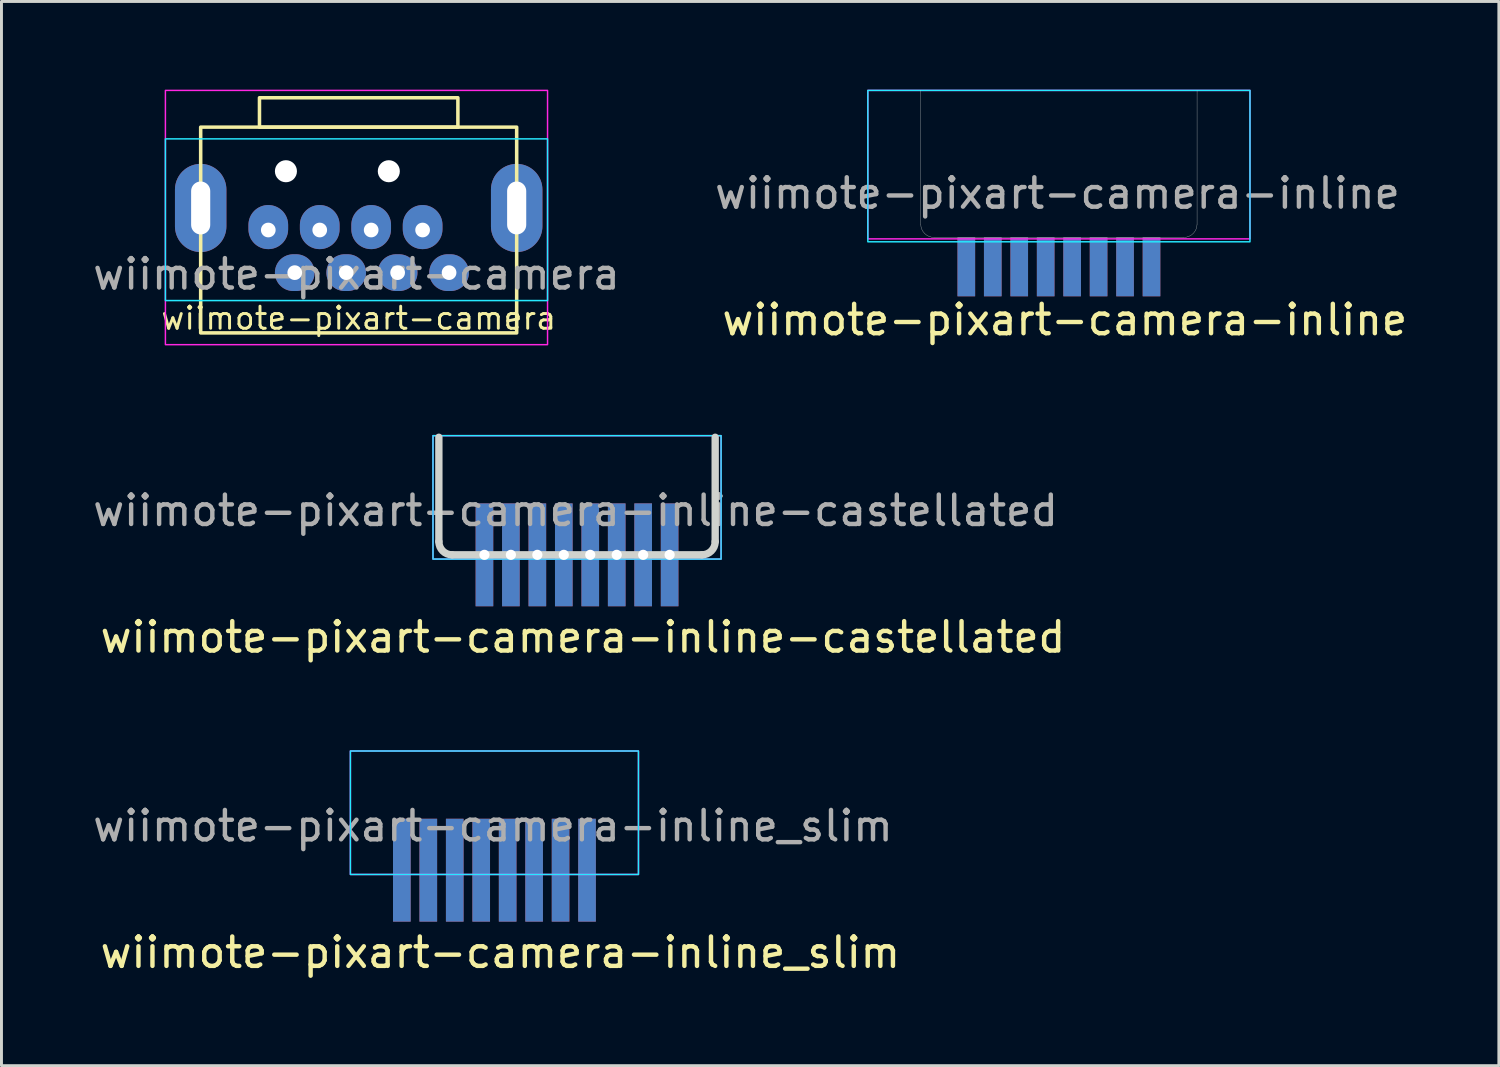
<source format=kicad_pcb>
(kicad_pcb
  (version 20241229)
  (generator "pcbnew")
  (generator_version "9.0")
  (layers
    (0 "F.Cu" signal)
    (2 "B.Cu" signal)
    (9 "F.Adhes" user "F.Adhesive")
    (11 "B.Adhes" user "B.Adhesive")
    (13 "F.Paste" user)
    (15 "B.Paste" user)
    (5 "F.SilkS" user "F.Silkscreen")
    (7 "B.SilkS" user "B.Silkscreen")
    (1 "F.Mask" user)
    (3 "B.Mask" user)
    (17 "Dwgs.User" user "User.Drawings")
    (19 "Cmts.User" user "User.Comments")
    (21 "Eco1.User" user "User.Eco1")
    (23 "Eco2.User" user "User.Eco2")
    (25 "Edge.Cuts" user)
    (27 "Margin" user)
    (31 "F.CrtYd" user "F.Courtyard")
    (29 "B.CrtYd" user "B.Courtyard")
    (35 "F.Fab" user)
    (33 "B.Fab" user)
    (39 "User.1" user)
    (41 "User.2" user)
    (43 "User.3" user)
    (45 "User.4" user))
  (footprint "wiimote-pixart-camera-inline_slim"
    (layer "F.Cu")
    (at 13.77 24.053)
    (property "Reference" "wiimote-pixart-camera-inline_slim" (at 0.2 5.3 0) (unlocked yes) (layer "F.SilkS") (effects (font (size 1 1) (thickness 0.15))))
    (attr through_hole)
    (fp_rect (start -4.9 -1.555) (end 4.9 2.645) (stroke (width 0.05) (type default)) (fill no) (layer "B.CrtYd"))
    (fp_rect (start -4.9 -1.555) (end 4.9 2.645) (stroke (width 0.05) (type default)) (fill no) (layer "F.CrtYd"))
    (fp_text user "${REFERENCE}" (at -0.05 0.995 0) (unlocked yes) (layer "F.Fab") (effects (font (size 1 1) (thickness 0.15))))
    (pad "1" connect rect (at -3.15 2.5) (size 0.6 3.5) (layers "F.Cu" "F.Mask"))
    (pad "1" connect rect (at -3.15 2.5) (size 0.6 3.5) (layers "B.Cu" "B.Mask"))
    (pad "2" connect rect (at -2.25 2.5) (size 0.6 3.5) (layers "F.Cu" "F.Mask"))
    (pad "2" connect rect (at -2.25 2.5) (size 0.6 3.5) (layers "B.Cu" "B.Mask"))
    (pad "3" connect rect (at -1.35 2.5) (size 0.6 3.5) (layers "F.Cu" "F.Mask"))
    (pad "3" connect rect (at -1.35 2.5) (size 0.6 3.5) (layers "B.Cu" "B.Mask"))
    (pad "4" connect rect (at -0.45 2.5) (size 0.6 3.5) (layers "F.Cu" "F.Mask"))
    (pad "4" connect rect (at -0.45 2.5) (size 0.6 3.5) (layers "B.Cu" "B.Mask"))
    (pad "5" connect rect (at 0.45 2.5) (size 0.6 3.5) (layers "F.Cu" "F.Mask"))
    (pad "5" connect rect (at 0.45 2.5) (size 0.6 3.5) (layers "B.Cu" "B.Mask"))
    (pad "6" connect rect (at 1.35 2.5) (size 0.6 3.5) (layers "F.Cu" "F.Mask"))
    (pad "6" connect rect (at 1.35 2.5) (size 0.6 3.5) (layers "B.Cu" "B.Mask"))
    (pad "7" connect rect (at 2.25 2.5) (size 0.6 3.5) (layers "F.Cu" "F.Mask"))
    (pad "7" connect rect (at 2.25 2.5) (size 0.6 3.5) (layers "B.Cu" "B.Mask"))
    (pad "8" connect rect (at 3.15 2.5) (size 0.6 3.5) (layers "F.Cu" "F.Mask"))
    (pad "8" connect rect (at 3.15 2.5) (size 0.6 3.5) (layers "B.Cu" "B.Mask")))
  (footprint "wiimote-pixart-camera-inline"
    (layer "F.Cu")
    (at 32.973 2.53)
    (property "Reference" "wiimote-pixart-camera-inline" (at 0.2 5.3 0) (unlocked yes) (layer "F.SilkS") (effects (font (size 1 1) (thickness 0.15))))
    (attr through_hole)
    (fp_line (start -4.7 -2.505) (end -4.7 2.045) (stroke (width 0.01) (type default)) (layer "Edge.Cuts"))
    (fp_line (start 4.25 2.495) (end -4.25 2.495) (stroke (width 0.01) (type default)) (layer "Edge.Cuts"))
    (fp_line (start 4.7 -2.505) (end 4.7 2.045) (stroke (width 0.01) (type default)) (layer "Edge.Cuts"))
    (fp_arc (start -4.25 2.495) (mid -4.568198 2.363198) (end -4.7 2.045) (stroke (width 0.01) (type default)) (layer "Edge.Cuts"))
    (fp_arc (start 4.7 2.045) (mid 4.568198 2.363198) (end 4.25 2.495) (stroke (width 0.01) (type default)) (layer "Edge.Cuts"))
    (fp_rect (start -6.5 -2.505) (end 6.5 2.645) (stroke (width 0.05) (type default)) (fill no) (layer "B.CrtYd"))
    (fp_rect (start -6.5 -2.505) (end 6.5 2.545) (stroke (width 0.05) (type default)) (fill no) (layer "F.CrtYd"))
    (fp_text user "${REFERENCE}" (at -0.05 0.995 0) (unlocked yes) (layer "F.Fab") (effects (font (size 1 1) (thickness 0.15))))
    (pad "1" smd rect (at -3.15 3.5) (size 0.6 2) (layers "F.Cu" "F.Mask" "F.Paste"))
    (pad "1" smd rect (at -3.15 3.5) (size 0.6 2) (layers "B.Cu" "B.Mask" "B.Paste"))
    (pad "2" smd rect (at -2.25 3.5) (size 0.6 2) (layers "F.Cu" "F.Mask" "F.Paste"))
    (pad "2" smd rect (at -2.25 3.5) (size 0.6 2) (layers "B.Cu" "B.Mask" "B.Paste"))
    (pad "3" smd rect (at -1.35 3.5) (size 0.6 2) (layers "F.Cu" "F.Mask" "F.Paste"))
    (pad "3" smd rect (at -1.35 3.5) (size 0.6 2) (layers "B.Cu" "B.Mask" "B.Paste"))
    (pad "4" smd rect (at -0.45 3.5) (size 0.6 2) (layers "F.Cu" "F.Mask" "F.Paste"))
    (pad "4" smd rect (at -0.45 3.5) (size 0.6 2) (layers "B.Cu" "B.Mask" "B.Paste"))
    (pad "5" smd rect (at 0.45 3.5) (size 0.6 2) (layers "F.Cu" "F.Mask" "F.Paste"))
    (pad "5" smd rect (at 0.45 3.5) (size 0.6 2) (layers "B.Cu" "B.Mask" "B.Paste"))
    (pad "6" smd rect (at 1.35 3.5) (size 0.6 2) (layers "F.Cu" "F.Mask" "F.Paste"))
    (pad "6" smd rect (at 1.35 3.5) (size 0.6 2) (layers "B.Cu" "B.Mask" "B.Paste"))
    (pad "7" smd rect (at 2.25 3.5) (size 0.6 2) (layers "F.Cu" "F.Mask" "F.Paste"))
    (pad "7" smd rect (at 2.25 3.5) (size 0.6 2) (layers "B.Cu" "B.Mask" "B.Paste"))
    (pad "8" smd rect (at 3.15 3.5) (size 0.6 2) (layers "F.Cu" "F.Mask" "F.Paste"))
    (pad "8" smd rect (at 3.15 3.5) (size 0.6 2) (layers "B.Cu" "B.Mask" "B.Paste")))
  (footprint "wiimote-pixart-camera"
    (layer "F.Cu")
    (at 9.152 3.775)
    (property "Reference" "wiimote-pixart-camera" (at 0 4 0) (unlocked yes) (layer "F.SilkS") (effects (font (size 0.75 0.75) (thickness 0.1))))
    (attr through_hole)
    (fp_circle (center -3.075 1) (end -2.825 1) (stroke (width 0) (type solid)) (fill yes) (layer "F.Mask"))
    (fp_circle (center -2.175 2.45) (end -1.925 2.45) (stroke (width 0) (type solid)) (fill yes) (layer "F.Mask"))
    (fp_circle (center -1.325 1) (end -1.075 1) (stroke (width 0) (type solid)) (fill yes) (layer "F.Mask"))
    (fp_circle (center -0.425 2.45) (end -0.175 2.45) (stroke (width 0) (type solid)) (fill yes) (layer "F.Mask"))
    (fp_circle (center 0.425 1) (end 0.675 1) (stroke (width 0) (type solid)) (fill yes) (layer "F.Mask"))
    (fp_circle (center 1.325 2.45) (end 1.575 2.45) (stroke (width 0) (type solid)) (fill yes) (layer "F.Mask"))
    (fp_circle (center 2.175 1) (end 2.425 1) (stroke (width 0) (type solid)) (fill yes) (layer "F.Mask"))
    (fp_circle (center 3.075 2.45) (end 3.325 2.45) (stroke (width 0) (type solid)) (fill yes) (layer "F.Mask"))
    (fp_rect (start -5.375 -2.5) (end 5.375 4.5) (stroke (width 0.12) (type default)) (fill no) (layer "F.SilkS"))
    (fp_rect (start -3.375 -2.5) (end 3.375 -3.5) (stroke (width 0.12) (type default)) (fill no) (layer "F.SilkS"))
    (fp_rect (start -6.575 -2.1) (end 6.425 3.4) (stroke (width 0.05) (type default)) (fill no) (layer "B.CrtYd"))
    (fp_rect (start -6.575 -3.75) (end 6.425 4.9) (stroke (width 0.05) (type default)) (fill no) (layer "F.CrtYd"))
    (fp_text user "${REFERENCE}" (at -0.075 2.5 0) (unlocked yes) (layer "F.Fab") (effects (font (size 1 1) (thickness 0.15))))
    (pad "" np_thru_hole circle (at -2.475 -1) (size 0.75 0.75) (drill 1.5) (layers "*.Cu" "*.Mask"))
    (pad "" np_thru_hole circle (at 1.025 -1) (size 0.75 0.75) (drill 1.5) (layers "*.Cu" "*.Mask"))
    (pad "1" thru_hole oval (at -3.075 1) (size 1.35 1.5) (drill 0.5 (offset 0 -0.1)) (layers "*.Cu" "B.Mask"))
    (pad "2" thru_hole oval (at -2.175 2.45) (size 1.35 1.25) (drill 0.5) (layers "*.Cu" "B.Mask"))
    (pad "3" thru_hole oval (at -1.325 1) (size 1.35 1.5) (drill 0.5 (offset 0 -0.1)) (layers "*.Cu" "B.Mask"))
    (pad "4" thru_hole oval (at -0.425 2.45) (size 1.35 1.25) (drill 0.5) (layers "*.Cu" "B.Mask"))
    (pad "5" thru_hole oval (at 0.425 1) (size 1.35 1.5) (drill 0.5 (offset 0 -0.1)) (layers "*.Cu" "B.Mask"))
    (pad "6" thru_hole oval (at 1.325 2.45) (size 1.35 1.25) (drill 0.5) (layers "*.Cu" "B.Mask"))
    (pad "7" thru_hole oval (at 2.175 1) (size 1.35 1.5) (drill 0.5 (offset 0 -0.1)) (layers "*.Cu" "B.Mask"))
    (pad "8" thru_hole oval (at 3.075 2.45) (size 1.35 1.25) (drill 0.5) (layers "*.Cu" "B.Mask"))
    (pad "MP" thru_hole oval (at -5.375 0.25) (size 1.75 3) (drill oval 0.65 1.8) (layers "*.Cu" "B.Mask"))
    (pad "MP" thru_hole oval (at 5.375 0.25) (size 1.75 3) (drill oval 0.65 1.8) (layers "*.Cu" "B.Mask")))
  (footprint "wiimote-pixart-camera-inline-castellated"
    (layer "F.Cu")
    (at 16.58 13.325)
    (property "Reference" "wiimote-pixart-camera-inline-castellated" (at 0.2 5.3 0) (unlocked yes) (layer "F.SilkS") (effects (font (size 1 1) (thickness 0.15))))
    (attr through_hole)
    (fp_line (start -4.7 -1.5) (end -4.7 2.05) (stroke (width 0.25) (type default)) (layer "Edge.Cuts"))
    (fp_line (start 4.25 2.5) (end -4.25 2.5) (stroke (width 0.25) (type default)) (layer "Edge.Cuts"))
    (fp_line (start 4.7 -1.5) (end 4.7 2.05) (stroke (width 0.25) (type default)) (layer "Edge.Cuts"))
    (fp_arc (start -4.25 2.5) (mid -4.568198 2.368198) (end -4.7 2.05) (stroke (width 0.25) (type default)) (layer "Edge.Cuts"))
    (fp_arc (start 4.7 2.05) (mid 4.568198 2.368198) (end 4.25 2.5) (stroke (width 0.25) (type default)) (layer "Edge.Cuts"))
    (fp_rect (start -4.9 -1.555) (end 4.9 2.645) (stroke (width 0.05) (type default)) (fill no) (layer "B.CrtYd"))
    (fp_rect (start -4.9 -1.555) (end 4.9 2.645) (stroke (width 0.05) (type default)) (fill no) (layer "F.CrtYd"))
    (fp_text user "${REFERENCE}" (at -0.05 0.995 0) (unlocked yes) (layer "F.Fab") (effects (font (size 1 1) (thickness 0.15))))
    (pad "1" thru_hole circle (at -3.15 2.5) (size 0.6 0.6) (drill 0.346) (layers "*.Cu" "*.Mask"))
    (pad "1" connect rect (at -3.15 2.5) (size 0.6 3.5) (layers "F.Cu" "F.Mask"))
    (pad "1" connect rect (at -3.15 2.5) (size 0.6 3.5) (layers "B.Cu" "B.Mask"))
    (pad "2" thru_hole circle (at -2.25 2.5) (size 0.6 0.6) (drill 0.346) (layers "*.Cu" "*.Mask"))
    (pad "2" connect rect (at -2.25 2.5) (size 0.6 3.5) (layers "F.Cu" "F.Mask"))
    (pad "2" connect rect (at -2.25 2.5) (size 0.6 3.5) (layers "B.Cu" "B.Mask"))
    (pad "3" thru_hole circle (at -1.35 2.5) (size 0.6 0.6) (drill 0.346) (layers "*.Cu" "*.Mask"))
    (pad "3" connect rect (at -1.35 2.5) (size 0.6 3.5) (layers "F.Cu" "F.Mask"))
    (pad "3" connect rect (at -1.35 2.5) (size 0.6 3.5) (layers "B.Cu" "B.Mask"))
    (pad "4" thru_hole circle (at -0.45 2.5) (size 0.6 0.6) (drill 0.346) (layers "*.Cu" "*.Mask"))
    (pad "4" connect rect (at -0.45 2.5) (size 0.6 3.5) (layers "F.Cu" "F.Mask"))
    (pad "4" connect rect (at -0.45 2.5) (size 0.6 3.5) (layers "B.Cu" "B.Mask"))
    (pad "5" thru_hole circle (at 0.45 2.5) (size 0.6 0.6) (drill 0.346) (layers "*.Cu" "*.Mask"))
    (pad "5" connect rect (at 0.45 2.5) (size 0.6 3.5) (layers "F.Cu" "F.Mask"))
    (pad "5" connect rect (at 0.45 2.5) (size 0.6 3.5) (layers "B.Cu" "B.Mask"))
    (pad "6" thru_hole circle (at 1.35 2.5) (size 0.6 0.6) (drill 0.346) (layers "*.Cu" "*.Mask"))
    (pad "6" connect rect (at 1.35 2.5) (size 0.6 3.5) (layers "F.Cu" "F.Mask"))
    (pad "6" connect rect (at 1.35 2.5) (size 0.6 3.5) (layers "B.Cu" "B.Mask"))
    (pad "7" thru_hole circle (at 2.25 2.5) (size 0.6 0.6) (drill 0.346) (layers "*.Cu" "*.Mask"))
    (pad "7" connect rect (at 2.25 2.5) (size 0.6 3.5) (layers "F.Cu" "F.Mask"))
    (pad "7" connect rect (at 2.25 2.5) (size 0.6 3.5) (layers "B.Cu" "B.Mask"))
    (pad "8" thru_hole circle (at 3.15 2.5) (size 0.6 0.6) (drill 0.346) (layers "*.Cu" "*.Mask"))
    (pad "8" connect rect (at 3.15 2.5) (size 0.6 3.5) (layers "F.Cu" "F.Mask"))
    (pad "8" connect rect (at 3.15 2.5) (size 0.6 3.5) (layers "B.Cu" "B.Mask")))
  (gr_rect
    (start -3 -3)
    (end 47.94 33.202)
    (stroke (width 0.1) (type default))
    (fill no)
    (layer "Edge.Cuts")))
</source>
